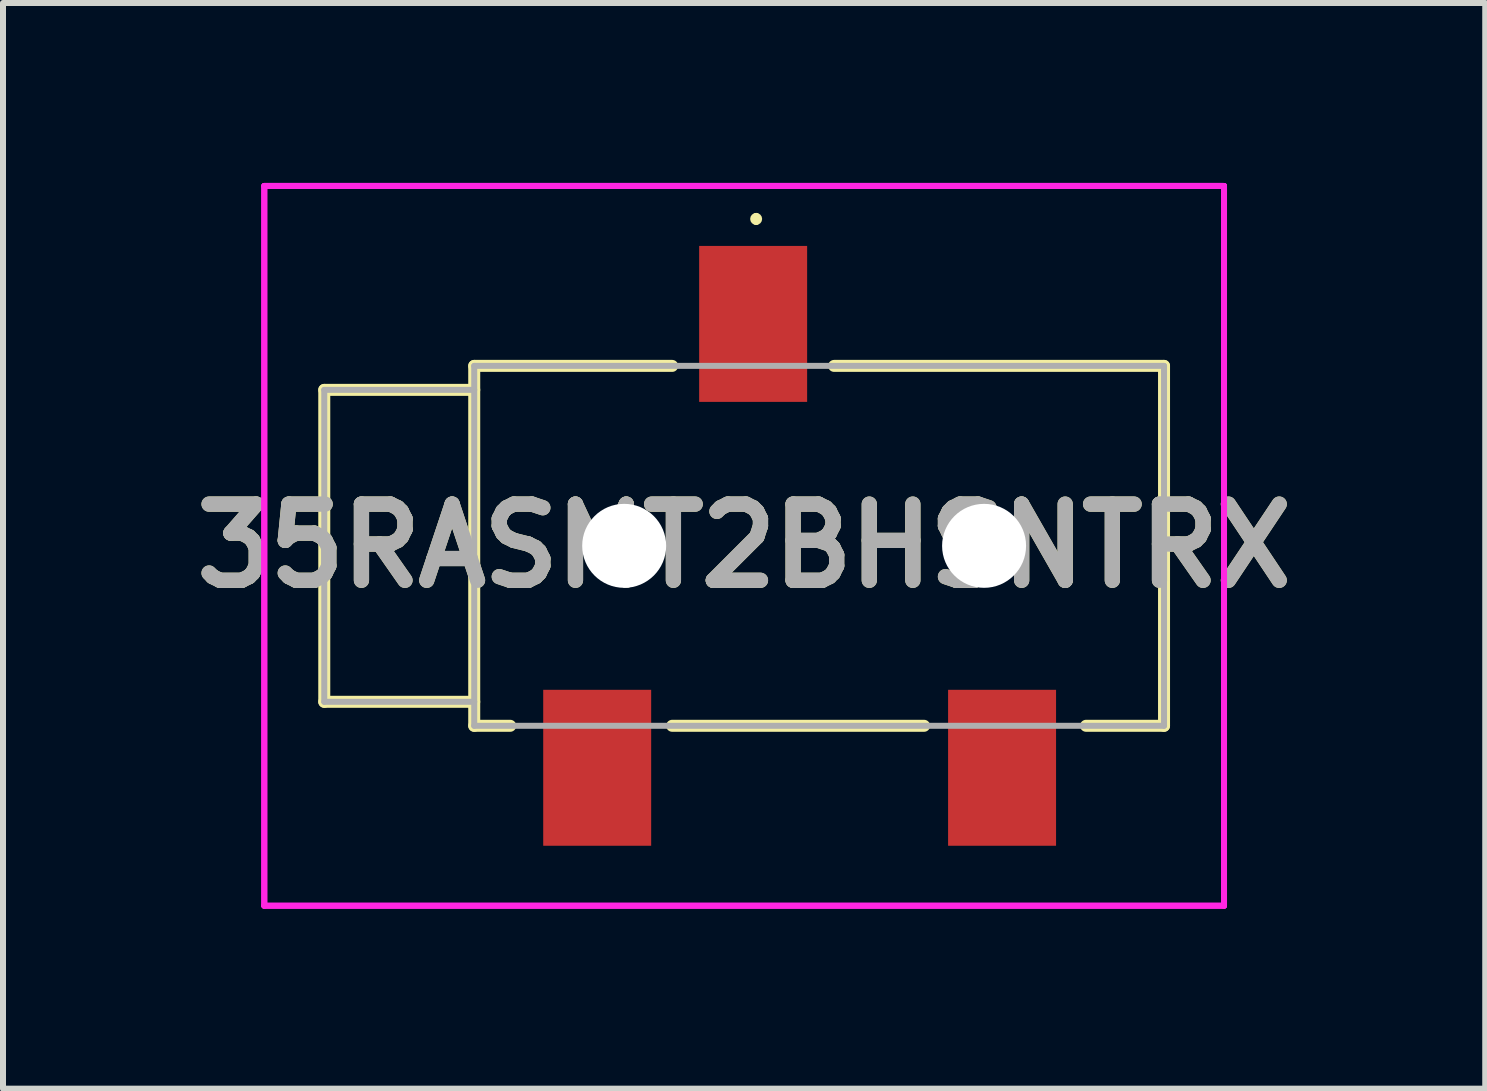
<source format=kicad_pcb>
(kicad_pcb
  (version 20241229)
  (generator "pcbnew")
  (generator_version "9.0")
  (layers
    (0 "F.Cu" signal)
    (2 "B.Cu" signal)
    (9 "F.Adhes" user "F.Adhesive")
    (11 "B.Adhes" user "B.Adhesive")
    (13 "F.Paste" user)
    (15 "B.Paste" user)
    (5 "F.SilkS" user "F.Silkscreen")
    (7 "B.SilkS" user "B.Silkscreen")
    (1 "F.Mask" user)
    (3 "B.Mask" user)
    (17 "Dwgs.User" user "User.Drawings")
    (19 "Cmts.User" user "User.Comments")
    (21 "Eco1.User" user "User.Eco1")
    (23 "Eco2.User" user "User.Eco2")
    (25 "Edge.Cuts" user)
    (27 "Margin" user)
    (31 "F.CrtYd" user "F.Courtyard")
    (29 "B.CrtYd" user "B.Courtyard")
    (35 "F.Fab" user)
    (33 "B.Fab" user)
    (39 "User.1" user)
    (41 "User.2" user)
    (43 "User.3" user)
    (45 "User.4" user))
  (footprint "35RASMT2BHSNTRX"
    (layer "F.Cu")
    (at 9.356 6.05)
    (property "Reference" "35RASMT2BHSNTRX" (at 0 0 0) (layer "F.SilkS") (effects (font (size 1.27 1.27) (thickness 0.254))))
    (attr through_hole)
    (fp_line (start -7 -2.6) (end -7 2.6) (stroke (width 0.2) (type solid)) (layer "F.SilkS"))
    (fp_line (start -7 2.6) (end -4.5 2.6) (stroke (width 0.2) (type solid)) (layer "F.SilkS"))
    (fp_line (start -4.5 -3) (end -4.5 3) (stroke (width 0.2) (type solid)) (layer "F.SilkS"))
    (fp_line (start -4.5 -2.6) (end -7 -2.6) (stroke (width 0.2) (type solid)) (layer "F.SilkS"))
    (fp_line (start -4.5 3) (end -3.9 3) (stroke (width 0.2) (type solid)) (layer "F.SilkS"))
    (fp_line (start -1.2 -3) (end -4.5 -3) (stroke (width 0.2) (type solid)) (layer "F.SilkS"))
    (fp_line (start 0.2 -5.5) (end 0.2 -5.5) (stroke (width 0.1) (type solid)) (layer "F.SilkS"))
    (fp_line (start 0.2 -5.4) (end 0.2 -5.4) (stroke (width 0.1) (type solid)) (layer "F.SilkS"))
    (fp_line (start 1.5 -3) (end 7 -3) (stroke (width 0.2) (type solid)) (layer "F.SilkS"))
    (fp_line (start 3 3) (end -1.2 3) (stroke (width 0.2) (type solid)) (layer "F.SilkS"))
    (fp_line (start 7 -3) (end 7 3) (stroke (width 0.2) (type solid)) (layer "F.SilkS"))
    (fp_line (start 7 3) (end 5.7 3) (stroke (width 0.2) (type solid)) (layer "F.SilkS"))
    (fp_arc (start 0.2 -5.5) (mid 0.25 -5.45) (end 0.2 -5.4) (stroke (width 0.1) (type solid)) (layer "F.SilkS"))
    (fp_arc (start 0.2 -5.4) (mid 0.15 -5.45) (end 0.2 -5.5) (stroke (width 0.1) (type solid)) (layer "F.SilkS"))
    (fp_line (start -8 -6) (end 8 -6) (stroke (width 0.1) (type solid)) (layer "F.CrtYd"))
    (fp_line (start -8 -6) (end 8 -6) (stroke (width 0.1) (type solid)) (layer "F.CrtYd"))
    (fp_line (start -8 6) (end -8 -6) (stroke (width 0.1) (type solid)) (layer "F.CrtYd"))
    (fp_line (start -8 6) (end -8 -6) (stroke (width 0.1) (type solid)) (layer "F.CrtYd"))
    (fp_line (start 8 -6) (end 8 6) (stroke (width 0.1) (type solid)) (layer "F.CrtYd"))
    (fp_line (start 8 -6) (end 8 6) (stroke (width 0.1) (type solid)) (layer "F.CrtYd"))
    (fp_line (start 8 6) (end -8 6) (stroke (width 0.1) (type solid)) (layer "F.CrtYd"))
    (fp_line (start 8 6) (end -8 6) (stroke (width 0.1) (type solid)) (layer "F.CrtYd"))
    (fp_line (start -7 -2.6) (end -7 2.6) (stroke (width 0.1) (type solid)) (layer "F.Fab"))
    (fp_line (start -7 2.6) (end -4.5 2.6) (stroke (width 0.1) (type solid)) (layer "F.Fab"))
    (fp_line (start -4.5 -3) (end 7 -3) (stroke (width 0.1) (type solid)) (layer "F.Fab"))
    (fp_line (start -4.5 -2.6) (end -7 -2.6) (stroke (width 0.1) (type solid)) (layer "F.Fab"))
    (fp_line (start -4.5 3) (end -4.5 -3) (stroke (width 0.1) (type solid)) (layer "F.Fab"))
    (fp_line (start 7 -3) (end 7 3) (stroke (width 0.1) (type solid)) (layer "F.Fab"))
    (fp_line (start 7 3) (end -4.5 3) (stroke (width 0.1) (type solid)) (layer "F.Fab"))
    (fp_text user "${REFERENCE}" (at 0 0 0) (layer "F.Fab") (effects (font (size 1.27 1.27) (thickness 0.254))))
    (pad "" np_thru_hole circle (at -2 0) (size 1.4 1.4) (drill 1.4) (layers "*.Cu" "*.Mask"))
    (pad "" np_thru_hole circle (at 4 0) (size 1.4 1.4) (drill 1.4) (layers "*.Cu" "*.Mask"))
    (pad "1" smd rect (at 0.15 -3.7) (size 1.8 2.6) (layers "F.Cu" "F.Mask" "F.Paste"))
    (pad "4" smd rect (at 4.3 3.7) (size 1.8 2.6) (layers "F.Cu" "F.Mask" "F.Paste"))
    (pad "5" smd rect (at -2.45 3.7) (size 1.8 2.6) (layers "F.Cu" "F.Mask" "F.Paste")))
  (gr_rect
    (start -3 -3)
    (end 21.711 15.1)
    (stroke (width 0.1) (type default))
    (fill no)
    (layer "Edge.Cuts")))
</source>
